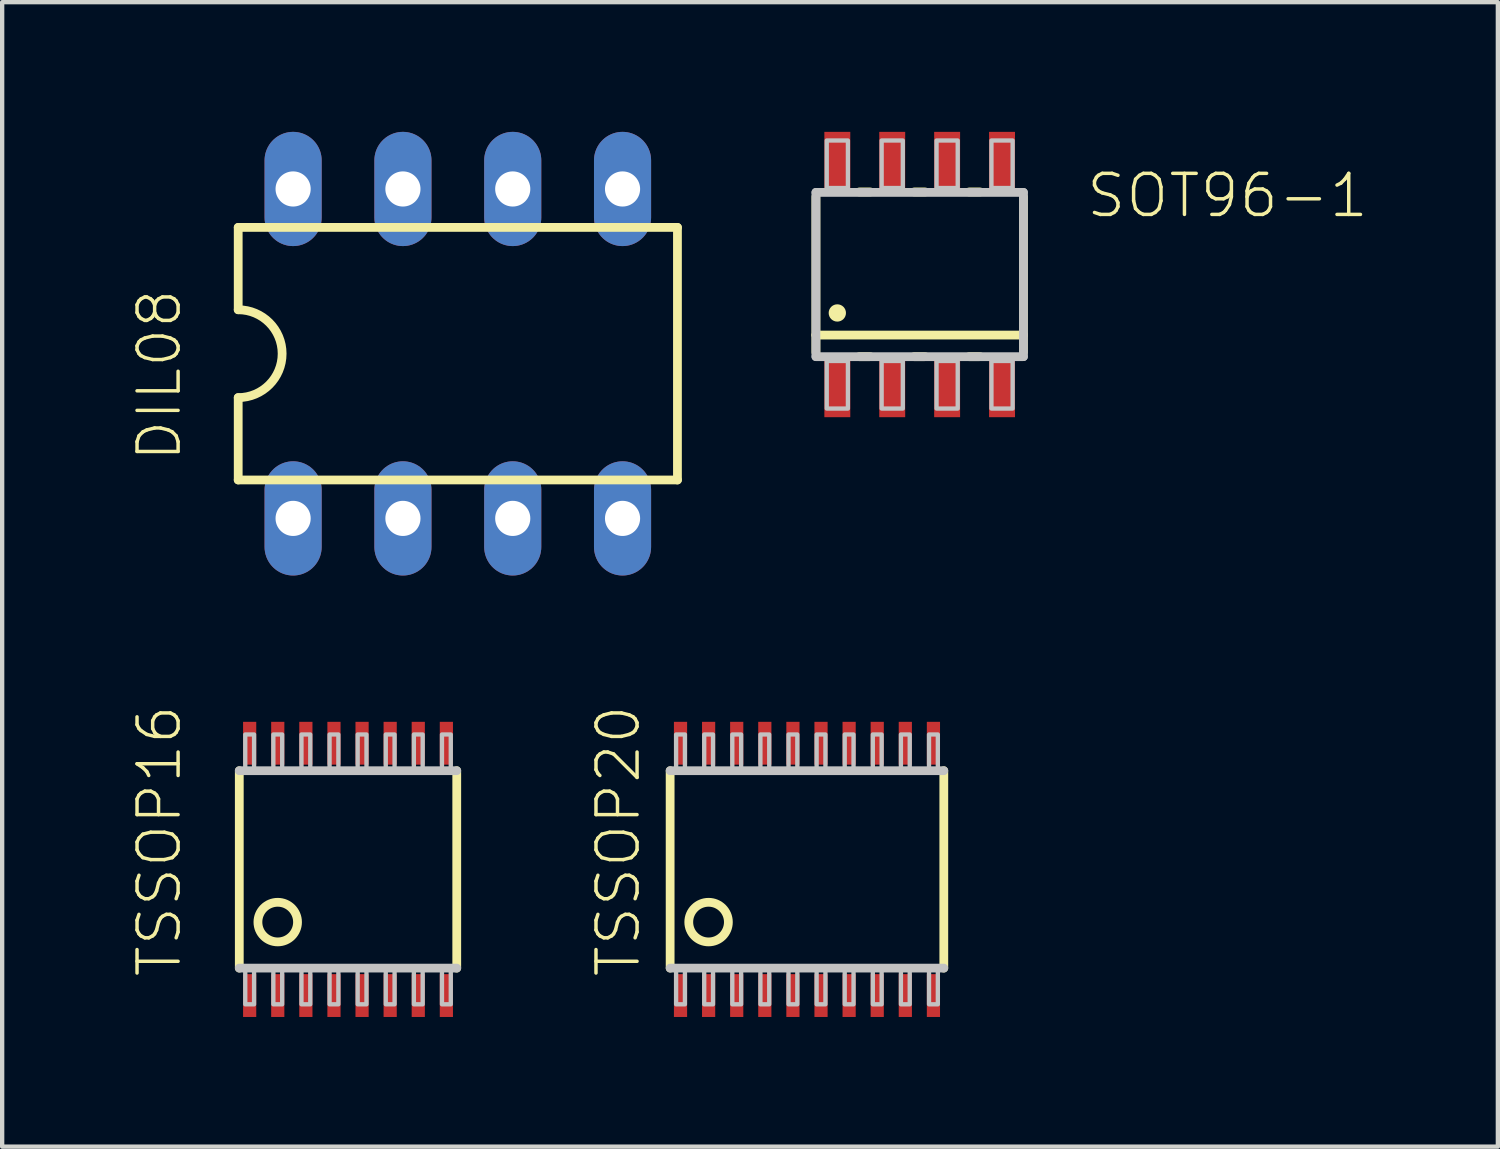
<source format=kicad_pcb>
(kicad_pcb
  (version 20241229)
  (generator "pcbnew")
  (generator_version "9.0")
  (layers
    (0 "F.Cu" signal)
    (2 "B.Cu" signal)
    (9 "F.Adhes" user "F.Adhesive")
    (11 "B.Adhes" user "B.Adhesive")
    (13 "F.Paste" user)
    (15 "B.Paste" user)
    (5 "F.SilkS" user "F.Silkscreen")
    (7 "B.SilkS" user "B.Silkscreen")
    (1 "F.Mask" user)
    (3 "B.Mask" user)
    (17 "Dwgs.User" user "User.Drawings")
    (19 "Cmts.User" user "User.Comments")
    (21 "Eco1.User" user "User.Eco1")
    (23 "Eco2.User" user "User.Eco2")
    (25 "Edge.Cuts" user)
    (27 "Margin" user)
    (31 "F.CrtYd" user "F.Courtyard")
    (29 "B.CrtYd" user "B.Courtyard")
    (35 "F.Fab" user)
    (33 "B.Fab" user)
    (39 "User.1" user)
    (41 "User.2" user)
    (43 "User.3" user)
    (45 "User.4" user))
  (footprint "DIL08"
    (layer "F.Cu")
    (at 7.54 5.131)
    (property "Reference" "DIL08" (at -6.35 2.54 90) (layer "F.SilkS") (effects (font (size 0.95 0.95) (thickness 0.08)) (justify left bottom)))
    (attr through_hole)
    (fp_line (start -5.08 -2.921) (end -5.08 -1.016) (stroke (width 0.203) (type solid)) (layer "F.SilkS"))
    (fp_line (start -5.08 2.921) (end -5.08 1.016) (stroke (width 0.203) (type solid)) (layer "F.SilkS"))
    (fp_line (start -5.08 2.921) (end 5.08 2.921) (stroke (width 0.203) (type solid)) (layer "F.SilkS"))
    (fp_line (start 5.08 -2.921) (end -5.08 -2.921) (stroke (width 0.203) (type solid)) (layer "F.SilkS"))
    (fp_line (start 5.08 -2.921) (end 5.08 2.921) (stroke (width 0.203) (type solid)) (layer "F.SilkS"))
    (fp_arc (start -5.08 -1.016) (mid -4.064 0) (end -5.08 1.016) (stroke (width 0.2032) (type solid)) (layer "F.SilkS"))
    (pad "1" thru_hole oval (at -3.81 3.81 90) (size 2.642 1.321) (drill 0.813) (layers "*.Cu" "*.Mask"))
    (pad "2" thru_hole oval (at -1.27 3.81 90) (size 2.642 1.321) (drill 0.813) (layers "*.Cu" "*.Mask"))
    (pad "3" thru_hole oval (at 1.27 3.81 90) (size 2.642 1.321) (drill 0.813) (layers "*.Cu" "*.Mask"))
    (pad "4" thru_hole oval (at 3.81 3.81 90) (size 2.642 1.321) (drill 0.813) (layers "*.Cu" "*.Mask"))
    (pad "5" thru_hole oval (at 3.81 -3.81 90) (size 2.642 1.321) (drill 0.813) (layers "*.Cu" "*.Mask"))
    (pad "6" thru_hole oval (at 1.27 -3.81 90) (size 2.642 1.321) (drill 0.813) (layers "*.Cu" "*.Mask"))
    (pad "7" thru_hole oval (at -1.27 -3.81 90) (size 2.642 1.321) (drill 0.813) (layers "*.Cu" "*.Mask"))
    (pad "8" thru_hole oval (at -3.81 -3.81 90) (size 2.642 1.321) (drill 0.813) (layers "*.Cu" "*.Mask")))
  (footprint "TSSOP20"
    (layer "F.Cu")
    (at 15.616 17.06)
    (property "Reference" "TSSOP20" (at -3.81 2.54 90) (layer "F.SilkS") (effects (font (size 0.95 0.95) (thickness 0.08)) (justify left bottom)))
    (attr through_hole)
    (fp_line (start -3.165 2.283) (end -3.165 -2.283) (stroke (width 0.203) (type solid)) (layer "F.SilkS"))
    (fp_line (start 3.165 -2.283) (end 3.165 2.283) (stroke (width 0.203) (type solid)) (layer "F.SilkS"))
    (fp_circle (center -2.276 1.219) (end -1.818 1.219) (stroke (width 0.203) (type solid)) (fill no) (layer "F.SilkS"))
    (fp_line (start -3.165 2.283) (end 3.165 2.283) (stroke (width 0.203) (type solid)) (layer "Dwgs.User"))
    (fp_line (start 3.165 -2.283) (end -3.165 -2.283) (stroke (width 0.203) (type solid)) (layer "Dwgs.User"))
    (fp_poly (pts (xy -3.027 -2.283) (xy -2.823 -2.283) (xy -2.823 -3.121) (xy -3.027 -3.121)) (stroke (width 0.1) (type solid)) (fill no) (layer "Dwgs.User"))
    (fp_poly (pts (xy -3.027 3.121) (xy -2.823 3.121) (xy -2.823 2.283) (xy -3.027 2.283)) (stroke (width 0.1) (type solid)) (fill no) (layer "Dwgs.User"))
    (fp_poly (pts (xy -2.377 -2.283) (xy -2.173 -2.283) (xy -2.173 -3.121) (xy -2.377 -3.121)) (stroke (width 0.1) (type solid)) (fill no) (layer "Dwgs.User"))
    (fp_poly (pts (xy -2.377 3.121) (xy -2.173 3.121) (xy -2.173 2.283) (xy -2.377 2.283)) (stroke (width 0.1) (type solid)) (fill no) (layer "Dwgs.User"))
    (fp_poly (pts (xy -1.727 -2.283) (xy -1.523 -2.283) (xy -1.523 -3.121) (xy -1.727 -3.121)) (stroke (width 0.1) (type solid)) (fill no) (layer "Dwgs.User"))
    (fp_poly (pts (xy -1.727 3.121) (xy -1.523 3.121) (xy -1.523 2.283) (xy -1.727 2.283)) (stroke (width 0.1) (type solid)) (fill no) (layer "Dwgs.User"))
    (fp_poly (pts (xy -1.077 -2.283) (xy -0.873 -2.283) (xy -0.873 -3.121) (xy -1.077 -3.121)) (stroke (width 0.1) (type solid)) (fill no) (layer "Dwgs.User"))
    (fp_poly (pts (xy -1.077 3.121) (xy -0.873 3.121) (xy -0.873 2.283) (xy -1.077 2.283)) (stroke (width 0.1) (type solid)) (fill no) (layer "Dwgs.User"))
    (fp_poly (pts (xy -0.427 -2.283) (xy -0.223 -2.283) (xy -0.223 -3.121) (xy -0.427 -3.121)) (stroke (width 0.1) (type solid)) (fill no) (layer "Dwgs.User"))
    (fp_poly (pts (xy -0.427 3.121) (xy -0.223 3.121) (xy -0.223 2.283) (xy -0.427 2.283)) (stroke (width 0.1) (type solid)) (fill no) (layer "Dwgs.User"))
    (fp_poly (pts (xy 0.223 -2.283) (xy 0.427 -2.283) (xy 0.427 -3.121) (xy 0.223 -3.121)) (stroke (width 0.1) (type solid)) (fill no) (layer "Dwgs.User"))
    (fp_poly (pts (xy 0.223 3.121) (xy 0.427 3.121) (xy 0.427 2.283) (xy 0.223 2.283)) (stroke (width 0.1) (type solid)) (fill no) (layer "Dwgs.User"))
    (fp_poly (pts (xy 0.873 -2.283) (xy 1.077 -2.283) (xy 1.077 -3.121) (xy 0.873 -3.121)) (stroke (width 0.1) (type solid)) (fill no) (layer "Dwgs.User"))
    (fp_poly (pts (xy 0.873 3.121) (xy 1.077 3.121) (xy 1.077 2.283) (xy 0.873 2.283)) (stroke (width 0.1) (type solid)) (fill no) (layer "Dwgs.User"))
    (fp_poly (pts (xy 1.523 -2.283) (xy 1.727 -2.283) (xy 1.727 -3.121) (xy 1.523 -3.121)) (stroke (width 0.1) (type solid)) (fill no) (layer "Dwgs.User"))
    (fp_poly (pts (xy 1.523 3.121) (xy 1.727 3.121) (xy 1.727 2.283) (xy 1.523 2.283)) (stroke (width 0.1) (type solid)) (fill no) (layer "Dwgs.User"))
    (fp_poly (pts (xy 2.173 -2.283) (xy 2.377 -2.283) (xy 2.377 -3.121) (xy 2.173 -3.121)) (stroke (width 0.1) (type solid)) (fill no) (layer "Dwgs.User"))
    (fp_poly (pts (xy 2.173 3.121) (xy 2.377 3.121) (xy 2.377 2.283) (xy 2.173 2.283)) (stroke (width 0.1) (type solid)) (fill no) (layer "Dwgs.User"))
    (fp_poly (pts (xy 2.823 -2.283) (xy 3.027 -2.283) (xy 3.027 -3.121) (xy 2.823 -3.121)) (stroke (width 0.1) (type solid)) (fill no) (layer "Dwgs.User"))
    (fp_poly (pts (xy 2.823 3.121) (xy 3.027 3.121) (xy 3.027 2.283) (xy 2.823 2.283)) (stroke (width 0.1) (type solid)) (fill no) (layer "Dwgs.User"))
    (pad "1" smd rect (at -2.925 2.918) (size 0.305 0.991) (layers "F.Cu" "F.Mask" "F.Paste"))
    (pad "2" smd rect (at -2.275 2.918) (size 0.305 0.991) (layers "F.Cu" "F.Mask" "F.Paste"))
    (pad "3" smd rect (at -1.625 2.918) (size 0.305 0.991) (layers "F.Cu" "F.Mask" "F.Paste"))
    (pad "4" smd rect (at -0.975 2.918) (size 0.305 0.991) (layers "F.Cu" "F.Mask" "F.Paste"))
    (pad "5" smd rect (at -0.325 2.918) (size 0.305 0.991) (layers "F.Cu" "F.Mask" "F.Paste"))
    (pad "6" smd rect (at 0.325 2.918) (size 0.305 0.991) (layers "F.Cu" "F.Mask" "F.Paste"))
    (pad "7" smd rect (at 0.975 2.918) (size 0.305 0.991) (layers "F.Cu" "F.Mask" "F.Paste"))
    (pad "8" smd rect (at 1.625 2.918) (size 0.305 0.991) (layers "F.Cu" "F.Mask" "F.Paste"))
    (pad "9" smd rect (at 2.275 2.918) (size 0.305 0.991) (layers "F.Cu" "F.Mask" "F.Paste"))
    (pad "10" smd rect (at 2.925 2.918) (size 0.305 0.991) (layers "F.Cu" "F.Mask" "F.Paste"))
    (pad "11" smd rect (at 2.925 -2.918) (size 0.305 0.991) (layers "F.Cu" "F.Mask" "F.Paste"))
    (pad "12" smd rect (at 2.275 -2.918) (size 0.305 0.991) (layers "F.Cu" "F.Mask" "F.Paste"))
    (pad "13" smd rect (at 1.625 -2.918) (size 0.305 0.991) (layers "F.Cu" "F.Mask" "F.Paste"))
    (pad "14" smd rect (at 0.975 -2.918) (size 0.305 0.991) (layers "F.Cu" "F.Mask" "F.Paste"))
    (pad "15" smd rect (at 0.325 -2.918) (size 0.305 0.991) (layers "F.Cu" "F.Mask" "F.Paste"))
    (pad "16" smd rect (at -0.325 -2.918) (size 0.305 0.991) (layers "F.Cu" "F.Mask" "F.Paste"))
    (pad "17" smd rect (at -0.975 -2.918) (size 0.305 0.991) (layers "F.Cu" "F.Mask" "F.Paste"))
    (pad "18" smd rect (at -1.625 -2.918) (size 0.305 0.991) (layers "F.Cu" "F.Mask" "F.Paste"))
    (pad "19" smd rect (at -2.275 -2.918) (size 0.305 0.991) (layers "F.Cu" "F.Mask" "F.Paste"))
    (pad "20" smd rect (at -2.925 -2.918) (size 0.305 0.991) (layers "F.Cu" "F.Mask" "F.Paste")))
  (footprint "SOT96-1"
    (layer "F.Cu")
    (at 18.223 3.3)
    (property "Reference" "SOT96-1" (at 3.81 -1.27 0) (layer "F.SilkS") (effects (font (size 0.95 0.95) (thickness 0.08)) (justify left bottom)))
    (attr through_hole)
    (fp_line (start -2.4 1.4) (end -2.4 -1.8) (stroke (width 0.203) (type solid)) (layer "F.SilkS"))
    (fp_line (start -2.4 1.4) (end -2.4 1.8) (stroke (width 0.203) (type solid)) (layer "F.SilkS"))
    (fp_line (start -1.397 -1.91) (end -1.143 -1.91) (stroke (width 0.203) (type solid)) (layer "F.SilkS"))
    (fp_line (start -1.397 1.9) (end -1.143 1.9) (stroke (width 0.203) (type solid)) (layer "F.SilkS"))
    (fp_line (start -0.127 -1.91) (end 0.127 -1.91) (stroke (width 0.203) (type solid)) (layer "F.SilkS"))
    (fp_line (start -0.127 1.9) (end 0.127 1.9) (stroke (width 0.203) (type solid)) (layer "F.SilkS"))
    (fp_line (start 1.143 -1.91) (end 1.397 -1.91) (stroke (width 0.203) (type solid)) (layer "F.SilkS"))
    (fp_line (start 1.143 1.9) (end 1.397 1.9) (stroke (width 0.203) (type solid)) (layer "F.SilkS"))
    (fp_line (start 2.4 -1.8) (end 2.4 1.4) (stroke (width 0.203) (type solid)) (layer "F.SilkS"))
    (fp_line (start 2.4 1.4) (end -2.4 1.4) (stroke (width 0.203) (type solid)) (layer "F.SilkS"))
    (fp_line (start 2.4 1.4) (end 2.4 1.8) (stroke (width 0.203) (type solid)) (layer "F.SilkS"))
    (fp_circle (center -1.905 0.889) (end -1.705 0.889) (stroke (width 0) (type solid)) (fill yes) (layer "F.SilkS"))
    (fp_line (start -2.4 -1.9) (end 2.4 -1.9) (stroke (width 0.203) (type solid)) (layer "Dwgs.User"))
    (fp_line (start -2.4 1.9) (end -2.4 -1.9) (stroke (width 0.203) (type solid)) (layer "Dwgs.User"))
    (fp_line (start 2.4 -1.9) (end 2.4 1.9) (stroke (width 0.203) (type solid)) (layer "Dwgs.User"))
    (fp_line (start 2.4 1.9) (end -2.4 1.9) (stroke (width 0.203) (type solid)) (layer "Dwgs.User"))
    (fp_poly (pts (xy -2.15 -2) (xy -1.66 -2) (xy -1.66 -3.1) (xy -2.15 -3.1)) (stroke (width 0.1) (type solid)) (fill no) (layer "Dwgs.User"))
    (fp_poly (pts (xy -2.15 3.1) (xy -1.66 3.1) (xy -1.66 2) (xy -2.15 2)) (stroke (width 0.1) (type solid)) (fill no) (layer "Dwgs.User"))
    (fp_poly (pts (xy -0.88 -2) (xy -0.39 -2) (xy -0.39 -3.1) (xy -0.88 -3.1)) (stroke (width 0.1) (type solid)) (fill no) (layer "Dwgs.User"))
    (fp_poly (pts (xy -0.88 3.1) (xy -0.39 3.1) (xy -0.39 2) (xy -0.88 2)) (stroke (width 0.1) (type solid)) (fill no) (layer "Dwgs.User"))
    (fp_poly (pts (xy 0.39 -2) (xy 0.88 -2) (xy 0.88 -3.1) (xy 0.39 -3.1)) (stroke (width 0.1) (type solid)) (fill no) (layer "Dwgs.User"))
    (fp_poly (pts (xy 0.39 3.1) (xy 0.88 3.1) (xy 0.88 2) (xy 0.39 2)) (stroke (width 0.1) (type solid)) (fill no) (layer "Dwgs.User"))
    (fp_poly (pts (xy 1.66 -2) (xy 2.15 -2) (xy 2.15 -3.1) (xy 1.66 -3.1)) (stroke (width 0.1) (type solid)) (fill no) (layer "Dwgs.User"))
    (fp_poly (pts (xy 1.66 3.1) (xy 2.15 3.1) (xy 2.15 2) (xy 1.66 2)) (stroke (width 0.1) (type solid)) (fill no) (layer "Dwgs.User"))
    (pad "1" smd rect (at -1.905 2.65) (size 0.6 1.3) (layers "F.Cu" "F.Mask" "F.Paste"))
    (pad "2" smd rect (at -0.635 2.65) (size 0.6 1.3) (layers "F.Cu" "F.Mask" "F.Paste"))
    (pad "3" smd rect (at 0.635 2.65) (size 0.6 1.3) (layers "F.Cu" "F.Mask" "F.Paste"))
    (pad "4" smd rect (at 1.905 2.65) (size 0.6 1.3) (layers "F.Cu" "F.Mask" "F.Paste"))
    (pad "5" smd rect (at 1.905 -2.65) (size 0.6 1.3) (layers "F.Cu" "F.Mask" "F.Paste"))
    (pad "6" smd rect (at 0.635 -2.65) (size 0.6 1.3) (layers "F.Cu" "F.Mask" "F.Paste"))
    (pad "7" smd rect (at -0.635 -2.65) (size 0.6 1.3) (layers "F.Cu" "F.Mask" "F.Paste"))
    (pad "8" smd rect (at -1.905 -2.65) (size 0.6 1.3) (layers "F.Cu" "F.Mask" "F.Paste")))
  (footprint "TSSOP16"
    (layer "F.Cu")
    (at 5 17.06)
    (property "Reference" "TSSOP16" (at -3.81 2.54 90) (layer "F.SilkS") (effects (font (size 0.95 0.95) (thickness 0.08)) (justify left bottom)))
    (attr through_hole)
    (fp_line (start -2.515 2.283) (end -2.515 -2.283) (stroke (width 0.203) (type solid)) (layer "F.SilkS"))
    (fp_line (start 2.515 -2.283) (end 2.515 2.283) (stroke (width 0.203) (type solid)) (layer "F.SilkS"))
    (fp_circle (center -1.626 1.219) (end -1.168 1.219) (stroke (width 0.203) (type solid)) (fill no) (layer "F.SilkS"))
    (fp_line (start -2.515 2.283) (end 2.515 2.283) (stroke (width 0.203) (type solid)) (layer "Dwgs.User"))
    (fp_line (start 2.515 -2.283) (end -2.515 -2.283) (stroke (width 0.203) (type solid)) (layer "Dwgs.User"))
    (fp_poly (pts (xy -2.377 -2.283) (xy -2.173 -2.283) (xy -2.173 -3.121) (xy -2.377 -3.121)) (stroke (width 0.1) (type solid)) (fill no) (layer "Dwgs.User"))
    (fp_poly (pts (xy -2.377 3.121) (xy -2.173 3.121) (xy -2.173 2.283) (xy -2.377 2.283)) (stroke (width 0.1) (type solid)) (fill no) (layer "Dwgs.User"))
    (fp_poly (pts (xy -1.727 -2.283) (xy -1.523 -2.283) (xy -1.523 -3.121) (xy -1.727 -3.121)) (stroke (width 0.1) (type solid)) (fill no) (layer "Dwgs.User"))
    (fp_poly (pts (xy -1.727 3.121) (xy -1.523 3.121) (xy -1.523 2.283) (xy -1.727 2.283)) (stroke (width 0.1) (type solid)) (fill no) (layer "Dwgs.User"))
    (fp_poly (pts (xy -1.077 -2.283) (xy -0.873 -2.283) (xy -0.873 -3.121) (xy -1.077 -3.121)) (stroke (width 0.1) (type solid)) (fill no) (layer "Dwgs.User"))
    (fp_poly (pts (xy -1.077 3.121) (xy -0.873 3.121) (xy -0.873 2.283) (xy -1.077 2.283)) (stroke (width 0.1) (type solid)) (fill no) (layer "Dwgs.User"))
    (fp_poly (pts (xy -0.427 -2.283) (xy -0.223 -2.283) (xy -0.223 -3.121) (xy -0.427 -3.121)) (stroke (width 0.1) (type solid)) (fill no) (layer "Dwgs.User"))
    (fp_poly (pts (xy -0.427 3.121) (xy -0.223 3.121) (xy -0.223 2.283) (xy -0.427 2.283)) (stroke (width 0.1) (type solid)) (fill no) (layer "Dwgs.User"))
    (fp_poly (pts (xy 0.223 -2.283) (xy 0.427 -2.283) (xy 0.427 -3.121) (xy 0.223 -3.121)) (stroke (width 0.1) (type solid)) (fill no) (layer "Dwgs.User"))
    (fp_poly (pts (xy 0.223 3.121) (xy 0.427 3.121) (xy 0.427 2.283) (xy 0.223 2.283)) (stroke (width 0.1) (type solid)) (fill no) (layer "Dwgs.User"))
    (fp_poly (pts (xy 0.873 -2.283) (xy 1.077 -2.283) (xy 1.077 -3.121) (xy 0.873 -3.121)) (stroke (width 0.1) (type solid)) (fill no) (layer "Dwgs.User"))
    (fp_poly (pts (xy 0.873 3.121) (xy 1.077 3.121) (xy 1.077 2.283) (xy 0.873 2.283)) (stroke (width 0.1) (type solid)) (fill no) (layer "Dwgs.User"))
    (fp_poly (pts (xy 1.523 -2.283) (xy 1.727 -2.283) (xy 1.727 -3.121) (xy 1.523 -3.121)) (stroke (width 0.1) (type solid)) (fill no) (layer "Dwgs.User"))
    (fp_poly (pts (xy 1.523 3.121) (xy 1.727 3.121) (xy 1.727 2.283) (xy 1.523 2.283)) (stroke (width 0.1) (type solid)) (fill no) (layer "Dwgs.User"))
    (fp_poly (pts (xy 2.173 -2.283) (xy 2.377 -2.283) (xy 2.377 -3.121) (xy 2.173 -3.121)) (stroke (width 0.1) (type solid)) (fill no) (layer "Dwgs.User"))
    (fp_poly (pts (xy 2.173 3.121) (xy 2.377 3.121) (xy 2.377 2.283) (xy 2.173 2.283)) (stroke (width 0.1) (type solid)) (fill no) (layer "Dwgs.User"))
    (pad "1" smd rect (at -2.275 2.918) (size 0.305 0.991) (layers "F.Cu" "F.Mask" "F.Paste"))
    (pad "2" smd rect (at -1.625 2.918) (size 0.305 0.991) (layers "F.Cu" "F.Mask" "F.Paste"))
    (pad "3" smd rect (at -0.975 2.918) (size 0.305 0.991) (layers "F.Cu" "F.Mask" "F.Paste"))
    (pad "4" smd rect (at -0.325 2.918) (size 0.305 0.991) (layers "F.Cu" "F.Mask" "F.Paste"))
    (pad "5" smd rect (at 0.325 2.918) (size 0.305 0.991) (layers "F.Cu" "F.Mask" "F.Paste"))
    (pad "6" smd rect (at 0.975 2.918) (size 0.305 0.991) (layers "F.Cu" "F.Mask" "F.Paste"))
    (pad "7" smd rect (at 1.625 2.918) (size 0.305 0.991) (layers "F.Cu" "F.Mask" "F.Paste"))
    (pad "8" smd rect (at 2.275 2.918) (size 0.305 0.991) (layers "F.Cu" "F.Mask" "F.Paste"))
    (pad "9" smd rect (at 2.275 -2.918) (size 0.305 0.991) (layers "F.Cu" "F.Mask" "F.Paste"))
    (pad "10" smd rect (at 1.625 -2.918) (size 0.305 0.991) (layers "F.Cu" "F.Mask" "F.Paste"))
    (pad "11" smd rect (at 0.975 -2.918) (size 0.305 0.991) (layers "F.Cu" "F.Mask" "F.Paste"))
    (pad "12" smd rect (at 0.325 -2.918) (size 0.305 0.991) (layers "F.Cu" "F.Mask" "F.Paste"))
    (pad "13" smd rect (at -0.325 -2.918) (size 0.305 0.991) (layers "F.Cu" "F.Mask" "F.Paste"))
    (pad "14" smd rect (at -0.975 -2.918) (size 0.305 0.991) (layers "F.Cu" "F.Mask" "F.Paste"))
    (pad "15" smd rect (at -1.625 -2.918) (size 0.305 0.991) (layers "F.Cu" "F.Mask" "F.Paste"))
    (pad "16" smd rect (at -2.275 -2.918) (size 0.305 0.991) (layers "F.Cu" "F.Mask" "F.Paste")))
  (gr_rect
    (start -3 -3)
    (end 31.597 23.473)
    (stroke (width 0.1) (type default))
    (fill no)
    (layer "Edge.Cuts")))
</source>
